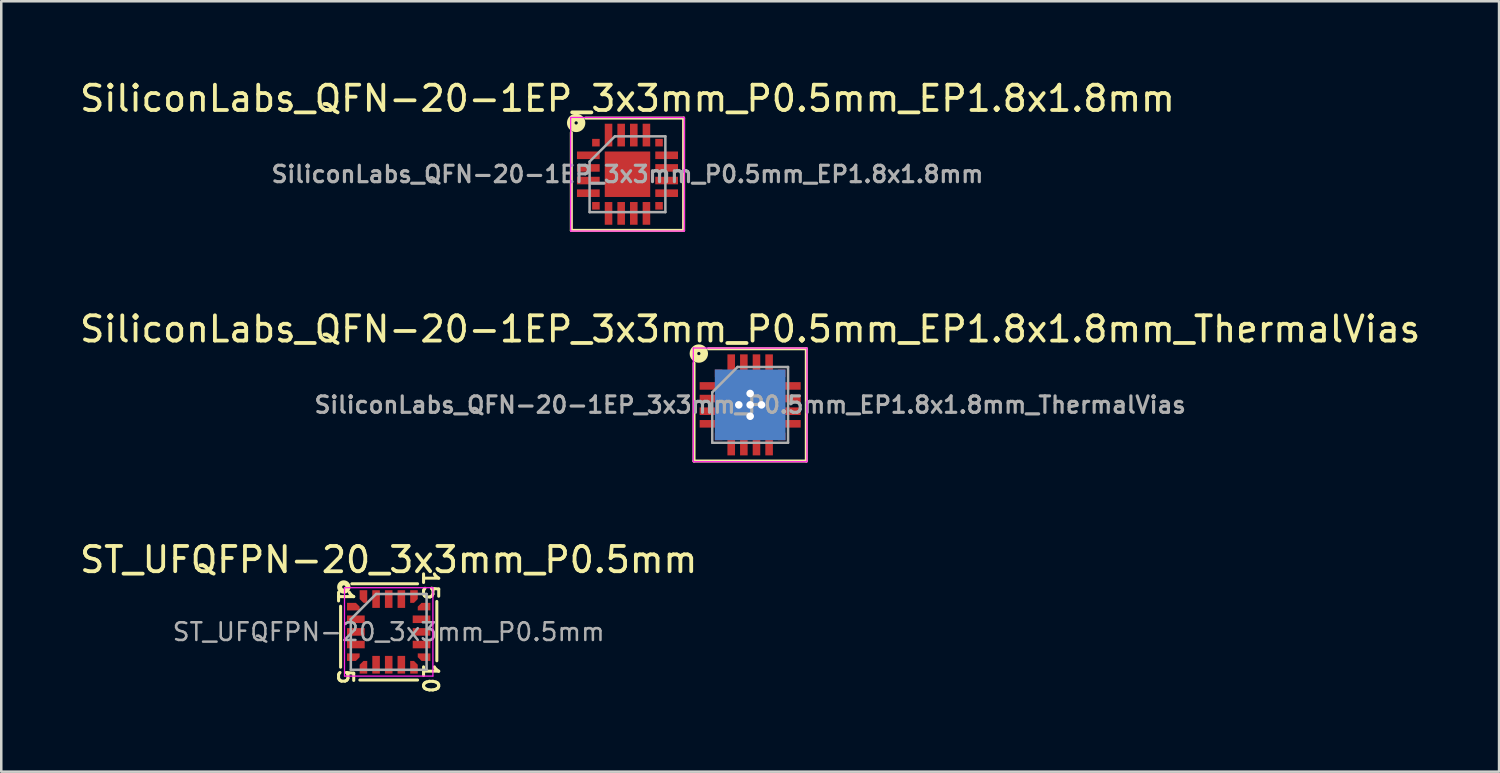
<source format=kicad_pcb>
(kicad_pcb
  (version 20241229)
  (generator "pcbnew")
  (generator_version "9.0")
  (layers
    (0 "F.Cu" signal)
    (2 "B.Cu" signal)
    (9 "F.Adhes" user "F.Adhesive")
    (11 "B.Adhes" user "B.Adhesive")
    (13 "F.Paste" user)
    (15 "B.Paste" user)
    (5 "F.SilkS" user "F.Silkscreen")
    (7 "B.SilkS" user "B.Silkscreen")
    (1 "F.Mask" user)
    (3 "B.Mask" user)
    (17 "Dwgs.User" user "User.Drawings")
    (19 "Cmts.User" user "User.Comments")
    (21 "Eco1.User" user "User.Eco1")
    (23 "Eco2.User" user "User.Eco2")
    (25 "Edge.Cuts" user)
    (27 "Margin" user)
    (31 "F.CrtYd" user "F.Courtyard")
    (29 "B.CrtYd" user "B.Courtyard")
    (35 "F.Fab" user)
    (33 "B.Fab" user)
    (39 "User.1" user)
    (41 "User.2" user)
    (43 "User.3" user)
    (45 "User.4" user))
  (footprint "SiliconLabs_QFN-20-1EP_3x3mm_P0.5mm_EP1.8x1.8mm"
    (layer "F.Cu")
    (at 21.792 3.848)
    (property "Reference" "SiliconLabs_QFN-20-1EP_3x3mm_P0.5mm_EP1.8x1.8mm" (at 0 -3 0) (layer "F.SilkS") (effects (font (size 1 1) (thickness 0.15))))
    (attr smd)
    (fp_line (start -2.223 2.223) (end -2.223 -1.651) (stroke (width 0.12) (type solid)) (layer "F.SilkS"))
    (fp_line (start -1.651 -2.223) (end 2.223 -2.223) (stroke (width 0.12) (type solid)) (layer "F.SilkS"))
    (fp_line (start 2.223 -2.223) (end 2.223 2.223) (stroke (width 0.12) (type solid)) (layer "F.SilkS"))
    (fp_line (start 2.223 2.223) (end -2.223 2.223) (stroke (width 0.12) (type solid)) (layer "F.SilkS"))
    (fp_circle (center -2.032 -2.032) (end -1.968 -2.032) (stroke (width 0.3) (type solid)) (fill no) (layer "F.SilkS"))
    (fp_line (start -2.25 -2.25) (end -2.25 2.25) (stroke (width 0.05) (type solid)) (layer "F.CrtYd"))
    (fp_line (start -2.25 2.25) (end 2.25 2.25) (stroke (width 0.05) (type solid)) (layer "F.CrtYd"))
    (fp_line (start 2.25 -2.25) (end -2.25 -2.25) (stroke (width 0.05) (type solid)) (layer "F.CrtYd"))
    (fp_line (start 2.25 2.25) (end 2.25 -2.25) (stroke (width 0.05) (type solid)) (layer "F.CrtYd"))
    (fp_line (start -1.5 -0.5) (end -0.5 -1.5) (stroke (width 0.1) (type solid)) (layer "F.Fab"))
    (fp_line (start -1.5 1.5) (end -1.5 -0.5) (stroke (width 0.1) (type solid)) (layer "F.Fab"))
    (fp_line (start -0.5 -1.5) (end 1.5 -1.5) (stroke (width 0.1) (type solid)) (layer "F.Fab"))
    (fp_line (start 1.5 -1.5) (end 1.5 1.5) (stroke (width 0.1) (type solid)) (layer "F.Fab"))
    (fp_line (start 1.5 1.5) (end -1.5 1.5) (stroke (width 0.1) (type solid)) (layer "F.Fab"))
    (fp_text user "${REFERENCE}" (at 0 0 0) (layer "F.Fab") (effects (font (size 0.65 0.65) (thickness 0.125))))
    (pad "" smd rect (at -0.45 -0.45) (size 0.54 0.54) (layers "F.Paste"))
    (pad "" smd rect (at -0.45 0.45) (size 0.54 0.54) (layers "F.Paste"))
    (pad "" smd rect (at 0.45 -0.45) (size 0.54 0.54) (layers "F.Paste"))
    (pad "" smd rect (at 0.45 0.45) (size 0.54 0.54) (layers "F.Paste"))
    (pad "1" smd rect (at -1.25 -1.25) (size 0.3 0.3) (layers "F.Cu" "F.Mask" "F.Paste"))
    (pad "2" smd rect (at -1.55 -0.75) (size 0.9 0.3) (layers "F.Cu" "F.Mask" "F.Paste"))
    (pad "3" smd rect (at -1.55 -0.25) (size 0.9 0.3) (layers "F.Cu" "F.Mask" "F.Paste"))
    (pad "4" smd rect (at -1.55 0.25) (size 0.9 0.3) (layers "F.Cu" "F.Mask" "F.Paste"))
    (pad "5" smd rect (at -1.55 0.75) (size 0.9 0.3) (layers "F.Cu" "F.Mask" "F.Paste"))
    (pad "6" smd rect (at -1.25 1.25) (size 0.3 0.3) (layers "F.Cu" "F.Mask" "F.Paste"))
    (pad "7" smd rect (at -0.75 1.55 90) (size 0.9 0.3) (layers "F.Cu" "F.Mask" "F.Paste"))
    (pad "8" smd rect (at -0.25 1.55 90) (size 0.9 0.3) (layers "F.Cu" "F.Mask" "F.Paste"))
    (pad "9" smd rect (at 0.25 1.55 90) (size 0.9 0.3) (layers "F.Cu" "F.Mask" "F.Paste"))
    (pad "10" smd rect (at 0.75 1.55 90) (size 0.9 0.3) (layers "F.Cu" "F.Mask" "F.Paste"))
    (pad "11" smd rect (at 1.25 1.25) (size 0.3 0.3) (layers "F.Cu" "F.Mask" "F.Paste"))
    (pad "12" smd rect (at 1.55 0.75) (size 0.9 0.3) (layers "F.Cu" "F.Mask" "F.Paste"))
    (pad "13" smd rect (at 1.55 0.25) (size 0.9 0.3) (layers "F.Cu" "F.Mask" "F.Paste"))
    (pad "14" smd rect (at 1.55 -0.25) (size 0.9 0.3) (layers "F.Cu" "F.Mask" "F.Paste"))
    (pad "15" smd rect (at 1.55 -0.75) (size 0.9 0.3) (layers "F.Cu" "F.Mask" "F.Paste"))
    (pad "16" smd rect (at 1.25 -1.25) (size 0.3 0.3) (layers "F.Cu" "F.Mask" "F.Paste"))
    (pad "17" smd rect (at 0.75 -1.55 90) (size 0.9 0.3) (layers "F.Cu" "F.Mask" "F.Paste"))
    (pad "18" smd rect (at 0.25 -1.55 90) (size 0.9 0.3) (layers "F.Cu" "F.Mask" "F.Paste"))
    (pad "19" smd rect (at -0.25 -1.55 90) (size 0.9 0.3) (layers "F.Cu" "F.Mask" "F.Paste"))
    (pad "20" smd rect (at -0.75 -1.55 90) (size 0.9 0.3) (layers "F.Cu" "F.Mask" "F.Paste"))
    (pad "21" smd rect (at 0 0) (size 1.8 1.8) (layers "F.Cu" "F.Mask")))
  (footprint "SiliconLabs_QFN-20-1EP_3x3mm_P0.5mm_EP1.8x1.8mm_ThermalVias"
    (layer "F.Cu")
    (at 26.649 12.979)
    (property "Reference" "SiliconLabs_QFN-20-1EP_3x3mm_P0.5mm_EP1.8x1.8mm_ThermalVias" (at 0 -3 0) (layer "F.SilkS") (effects (font (size 1 1) (thickness 0.15))))
    (attr smd)
    (fp_line (start -2.223 2.223) (end -2.223 -1.651) (stroke (width 0.12) (type solid)) (layer "F.SilkS"))
    (fp_line (start -1.651 -2.223) (end 2.223 -2.223) (stroke (width 0.12) (type solid)) (layer "F.SilkS"))
    (fp_line (start 2.223 -2.223) (end 2.223 2.223) (stroke (width 0.12) (type solid)) (layer "F.SilkS"))
    (fp_line (start 2.223 2.223) (end -2.223 2.223) (stroke (width 0.12) (type solid)) (layer "F.SilkS"))
    (fp_circle (center -2.032 -2.032) (end -1.968 -2.032) (stroke (width 0.3) (type solid)) (fill no) (layer "F.SilkS"))
    (fp_line (start -2.25 -2.25) (end -2.25 2.25) (stroke (width 0.05) (type solid)) (layer "F.CrtYd"))
    (fp_line (start -2.25 2.25) (end 2.25 2.25) (stroke (width 0.05) (type solid)) (layer "F.CrtYd"))
    (fp_line (start 2.25 -2.25) (end -2.25 -2.25) (stroke (width 0.05) (type solid)) (layer "F.CrtYd"))
    (fp_line (start 2.25 2.25) (end 2.25 -2.25) (stroke (width 0.05) (type solid)) (layer "F.CrtYd"))
    (fp_line (start -1.5 -0.5) (end -0.5 -1.5) (stroke (width 0.1) (type solid)) (layer "F.Fab"))
    (fp_line (start -1.5 1.5) (end -1.5 -0.5) (stroke (width 0.1) (type solid)) (layer "F.Fab"))
    (fp_line (start -0.5 -1.5) (end 1.5 -1.5) (stroke (width 0.1) (type solid)) (layer "F.Fab"))
    (fp_line (start 1.5 -1.5) (end 1.5 1.5) (stroke (width 0.1) (type solid)) (layer "F.Fab"))
    (fp_line (start 1.5 1.5) (end -1.5 1.5) (stroke (width 0.1) (type solid)) (layer "F.Fab"))
    (fp_text user "${REFERENCE}" (at 0 0 0) (layer "F.Fab") (effects (font (size 0.65 0.65) (thickness 0.125))))
    (pad "" smd rect (at -0.45 -0.45) (size 0.54 0.54) (layers "F.Paste"))
    (pad "" smd rect (at -0.45 0.45) (size 0.54 0.54) (layers "F.Paste"))
    (pad "" smd rect (at 0.45 -0.45) (size 0.54 0.54) (layers "F.Paste"))
    (pad "" smd rect (at 0.45 0.45) (size 0.54 0.54) (layers "F.Paste"))
    (pad "1" smd rect (at -1.25 -1.25) (size 0.3 0.3) (layers "F.Cu" "F.Mask" "F.Paste"))
    (pad "2" smd rect (at -1.55 -0.75) (size 0.9 0.3) (layers "F.Cu" "F.Mask" "F.Paste"))
    (pad "3" smd rect (at -1.55 -0.25) (size 0.9 0.3) (layers "F.Cu" "F.Mask" "F.Paste"))
    (pad "4" smd rect (at -1.55 0.25) (size 0.9 0.3) (layers "F.Cu" "F.Mask" "F.Paste"))
    (pad "5" smd rect (at -1.55 0.75) (size 0.9 0.3) (layers "F.Cu" "F.Mask" "F.Paste"))
    (pad "6" smd rect (at -1.25 1.25) (size 0.3 0.3) (layers "F.Cu" "F.Mask" "F.Paste"))
    (pad "7" smd rect (at -0.75 1.55 90) (size 0.9 0.3) (layers "F.Cu" "F.Mask" "F.Paste"))
    (pad "8" smd rect (at -0.25 1.55 90) (size 0.9 0.3) (layers "F.Cu" "F.Mask" "F.Paste"))
    (pad "9" smd rect (at 0.25 1.55 90) (size 0.9 0.3) (layers "F.Cu" "F.Mask" "F.Paste"))
    (pad "10" smd rect (at 0.75 1.55 90) (size 0.9 0.3) (layers "F.Cu" "F.Mask" "F.Paste"))
    (pad "11" smd rect (at 1.25 1.25) (size 0.3 0.3) (layers "F.Cu" "F.Mask" "F.Paste"))
    (pad "12" smd rect (at 1.55 0.75) (size 0.9 0.3) (layers "F.Cu" "F.Mask" "F.Paste"))
    (pad "13" smd rect (at 1.55 0.25) (size 0.9 0.3) (layers "F.Cu" "F.Mask" "F.Paste"))
    (pad "14" smd rect (at 1.55 -0.25) (size 0.9 0.3) (layers "F.Cu" "F.Mask" "F.Paste"))
    (pad "15" smd rect (at 1.55 -0.75) (size 0.9 0.3) (layers "F.Cu" "F.Mask" "F.Paste"))
    (pad "16" smd rect (at 1.25 -1.25) (size 0.3 0.3) (layers "F.Cu" "F.Mask" "F.Paste"))
    (pad "17" smd rect (at 0.75 -1.55 90) (size 0.9 0.3) (layers "F.Cu" "F.Mask" "F.Paste"))
    (pad "18" smd rect (at 0.25 -1.55 90) (size 0.9 0.3) (layers "F.Cu" "F.Mask" "F.Paste"))
    (pad "19" smd rect (at -0.25 -1.55 90) (size 0.9 0.3) (layers "F.Cu" "F.Mask" "F.Paste"))
    (pad "20" smd rect (at -0.75 -1.55 90) (size 0.9 0.3) (layers "F.Cu" "F.Mask" "F.Paste"))
    (pad "21" thru_hole circle (at -0.45 0) (size 0.6 0.6) (drill 0.3) (layers "*.Cu"))
    (pad "21" thru_hole circle (at 0 -0.45) (size 0.6 0.6) (drill 0.3) (layers "*.Cu"))
    (pad "21" thru_hole circle (at 0 0) (size 0.6 0.6) (drill 0.3) (layers "*.Cu"))
    (pad "21" smd rect (at 0 0) (size 1.8 1.8) (layers "F.Cu" "F.Mask"))
    (pad "21" smd rect (at 0 0) (size 2.8 2.8) (layers "B.Cu" "B.Mask"))
    (pad "21" thru_hole circle (at 0 0.45) (size 0.6 0.6) (drill 0.3) (layers "*.Cu"))
    (pad "21" thru_hole circle (at 0.45 0) (size 0.6 0.6) (drill 0.3) (layers "*.Cu")))
  (footprint "ST_UFQFPN-20_3x3mm_P0.5mm"
    (layer "F.Cu")
    (at 12.339 21.967)
    (property "Reference" "ST_UFQFPN-20_3x3mm_P0.5mm" (at 0 -2.857 0) (layer "F.SilkS") (effects (font (size 1 1) (thickness 0.15))))
    (attr smd)
    (fp_line (start -1.905 -1.016) (end -1.905 1.397) (stroke (width 0.12) (type solid)) (layer "F.SilkS"))
    (fp_line (start -1.143 1.905) (end 1.143 1.905) (stroke (width 0.12) (type solid)) (layer "F.SilkS"))
    (fp_line (start 1.143 -1.905) (end -1.46 -1.905) (stroke (width 0.12) (type solid)) (layer "F.SilkS"))
    (fp_line (start 1.905 1.143) (end 1.905 -1.206) (stroke (width 0.12) (type solid)) (layer "F.SilkS"))
    (fp_circle (center -1.778 -1.778) (end -1.714 -1.778) (stroke (width 0.2) (type solid)) (fill no) (layer "F.SilkS"))
    (fp_line (start -1.75 -1.75) (end 1.75 -1.75) (stroke (width 0.05) (type solid)) (layer "F.CrtYd"))
    (fp_line (start -1.75 1.75) (end -1.75 -1.75) (stroke (width 0.05) (type solid)) (layer "F.CrtYd"))
    (fp_line (start 1.75 -1.75) (end 1.75 1.75) (stroke (width 0.05) (type solid)) (layer "F.CrtYd"))
    (fp_line (start 1.75 1.75) (end -1.75 1.75) (stroke (width 0.05) (type solid)) (layer "F.CrtYd"))
    (fp_line (start -1.5 -0.5) (end -0.5 -1.5) (stroke (width 0.1) (type solid)) (layer "F.Fab"))
    (fp_line (start -1.5 1.5) (end -1.5 -0.5) (stroke (width 0.1) (type solid)) (layer "F.Fab"))
    (fp_line (start -0.5 -1.5) (end 1.5 -1.5) (stroke (width 0.1) (type solid)) (layer "F.Fab"))
    (fp_line (start 1.5 -1.5) (end 1.5 1.5) (stroke (width 0.1) (type solid)) (layer "F.Fab"))
    (fp_line (start 1.5 1.5) (end -1.5 1.5) (stroke (width 0.1) (type solid)) (layer "F.Fab"))
    (fp_text user "5" (at -1.714 1.778 270) (unlocked yes) (layer "F.SilkS") (effects (font (size 0.6 0.6) (thickness 0.12))))
    (fp_text user "10" (at 1.651 1.841 270) (unlocked yes) (layer "F.SilkS") (effects (font (size 0.6 0.6) (thickness 0.12))))
    (fp_text user "1" (at -1.714 -1.397 270) (unlocked yes) (layer "F.SilkS") (effects (font (size 0.6 0.6) (thickness 0.12))))
    (fp_text user "15" (at 1.651 -1.841 270) (unlocked yes) (layer "F.SilkS") (effects (font (size 0.6 0.6) (thickness 0.12))))
    (fp_text user "${REFERENCE}" (at 0 0 0) (layer "F.Fab") (effects (font (size 0.7 0.7) (thickness 0.1))))
    (pad "1" smd custom (at -1.475 -1) (size 0.35 0.3) (layers "F.Cu" "F.Mask" "F.Paste") (options (anchor rect)) (primitives (gr_poly (pts (xy 0.325 0) (xy 0.325 0.15) (xy 0.175 0.15) (xy 0.175 -0.15)) (width 0) (fill yes))))
    (pad "2" smd rect (at -1.3 -0.5) (size 0.7 0.3) (layers "F.Cu" "F.Mask" "F.Paste"))
    (pad "3" smd rect (at -1.3 0) (size 0.7 0.3) (layers "F.Cu" "F.Mask" "F.Paste"))
    (pad "4" smd rect (at -1.3 0.5) (size 0.7 0.3) (layers "F.Cu" "F.Mask" "F.Paste"))
    (pad "5" smd custom (at -1.475 1) (size 0.35 0.3) (layers "F.Cu" "F.Mask" "F.Paste") (options (anchor rect)) (primitives (gr_poly (pts (xy 0.325 0) (xy 0.175 0.15) (xy 0.175 -0.15) (xy 0.325 -0.15)) (width 0) (fill yes))))
    (pad "6" smd custom (at -1 1.475) (size 0.3 0.35) (layers "F.Cu" "F.Mask" "F.Paste") (options (anchor rect)) (primitives (gr_poly (pts (xy 0.15 -0.175) (xy -0.15 -0.175) (xy 0 -0.325) (xy 0.15 -0.325)) (width 0) (fill yes))))
    (pad "7" smd rect (at -0.5 1.3) (size 0.3 0.7) (layers "F.Cu" "F.Mask" "F.Paste"))
    (pad "8" smd rect (at 0 1.3) (size 0.3 0.7) (layers "F.Cu" "F.Mask" "F.Paste"))
    (pad "9" smd rect (at 0.5 1.3) (size 0.3 0.7) (layers "F.Cu" "F.Mask" "F.Paste"))
    (pad "10" smd custom (at 1 1.475) (size 0.3 0.35) (layers "F.Cu" "F.Mask" "F.Paste") (options (anchor rect)) (primitives (gr_poly (pts (xy 0.15 -0.175) (xy -0.15 -0.175) (xy -0.15 -0.325) (xy 0 -0.325)) (width 0) (fill yes))))
    (pad "11" smd custom (at 1.475 1) (size 0.35 0.3) (layers "F.Cu" "F.Mask" "F.Paste") (options (anchor rect)) (primitives (gr_poly (pts (xy -0.175 0.15) (xy -0.325 0) (xy -0.325 -0.15) (xy -0.175 -0.15)) (width 0) (fill yes))))
    (pad "12" smd rect (at 1.3 0.5) (size 0.7 0.3) (layers "F.Cu" "F.Mask" "F.Paste"))
    (pad "13" smd rect (at 1.3 0) (size 0.7 0.3) (layers "F.Cu" "F.Mask" "F.Paste"))
    (pad "14" smd rect (at 1.3 -0.5) (size 0.7 0.3) (layers "F.Cu" "F.Mask" "F.Paste"))
    (pad "15" smd custom (at 1.475 -1) (size 0.35 0.3) (layers "F.Cu" "F.Mask" "F.Paste") (options (anchor rect)) (primitives (gr_poly (pts (xy -0.175 0.15) (xy -0.325 0.15) (xy -0.325 0) (xy -0.175 -0.15)) (width 0) (fill yes))))
    (pad "16" smd custom (at 1 -1.475) (size 0.3 0.35) (layers "F.Cu" "F.Mask" "F.Paste") (options (anchor rect)) (primitives (gr_poly (pts (xy 0 0.325) (xy -0.15 0.325) (xy -0.15 0.175) (xy 0.15 0.175)) (width 0) (fill yes))))
    (pad "17" smd rect (at 0.5 -1.3) (size 0.3 0.7) (layers "F.Cu" "F.Mask" "F.Paste"))
    (pad "18" smd rect (at 0 -1.3) (size 0.3 0.7) (layers "F.Cu" "F.Mask" "F.Paste"))
    (pad "19" smd rect (at -0.5 -1.3) (size 0.3 0.7) (layers "F.Cu" "F.Mask" "F.Paste"))
    (pad "20" smd custom (at -1 -1.475) (size 0.3 0.35) (layers "F.Cu" "F.Mask" "F.Paste") (options (anchor rect)) (primitives (gr_poly (pts (xy 0.15 0.325) (xy 0 0.325) (xy -0.15 0.175) (xy 0.15 0.175)) (width 0) (fill yes)))))
  (gr_rect
    (start -3 -3)
    (end 56.298 27.5)
    (stroke (width 0.1) (type default))
    (fill no)
    (layer "Edge.Cuts")))
</source>
